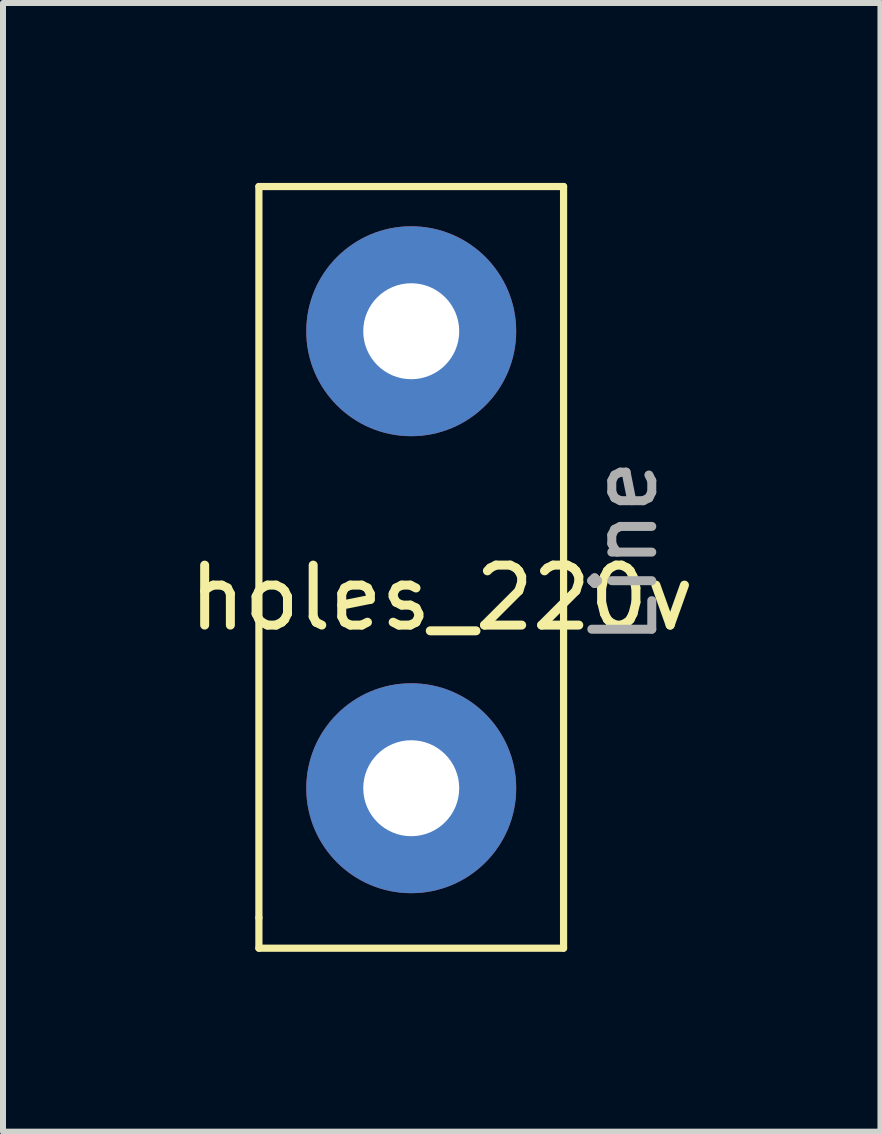
<source format=kicad_pcb>
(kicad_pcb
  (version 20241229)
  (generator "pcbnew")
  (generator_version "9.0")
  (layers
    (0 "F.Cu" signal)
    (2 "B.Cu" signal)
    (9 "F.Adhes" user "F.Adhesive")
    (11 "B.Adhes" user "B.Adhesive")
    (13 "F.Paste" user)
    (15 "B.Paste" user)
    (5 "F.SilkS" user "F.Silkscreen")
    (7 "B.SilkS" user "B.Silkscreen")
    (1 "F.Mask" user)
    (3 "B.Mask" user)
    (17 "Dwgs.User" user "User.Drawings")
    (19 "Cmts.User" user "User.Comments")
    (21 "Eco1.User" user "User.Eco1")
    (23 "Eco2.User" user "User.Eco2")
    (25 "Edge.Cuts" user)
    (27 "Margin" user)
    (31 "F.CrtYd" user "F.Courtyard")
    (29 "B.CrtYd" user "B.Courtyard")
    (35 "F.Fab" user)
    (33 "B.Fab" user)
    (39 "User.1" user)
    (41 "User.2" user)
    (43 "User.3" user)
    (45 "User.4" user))
  (footprint "holes_220v"
    (layer "F.Cu")
    (at 3.807 6.156)
    (property "Reference" "holes_220v" (at 0.508 0.762 0) (layer "F.SilkS") (effects (font (size 1 1) (thickness 0.15))))
    (attr through_hole)
    (fp_line (start -2.54 -6.096) (end -2.54 6.096) (stroke (width 0.12) (type solid)) (layer "F.SilkS"))
    (fp_line (start -2.54 6.096) (end -2.54 6.604) (stroke (width 0.12) (type solid)) (layer "F.SilkS"))
    (fp_line (start -2.54 6.604) (end 2.54 6.604) (stroke (width 0.12) (type solid)) (layer "F.SilkS"))
    (fp_line (start 2.54 -6.096) (end -2.54 -6.096) (stroke (width 0.12) (type solid)) (layer "F.SilkS"))
    (fp_line (start 2.54 6.604) (end 2.54 -6.096) (stroke (width 0.12) (type solid)) (layer "F.SilkS"))
    (fp_text user "Line" (at 3.556 0 270) (layer "F.Fab") (effects (font (size 1 1) (thickness 0.15))))
    (pad "1" thru_hole oval (at 0 -3.683) (size 3.5 3.5) (drill 1.6) (layers "*.Cu" "*.Mask"))
    (pad "2" thru_hole oval (at 0 3.937) (size 3.5 3.5) (drill 1.6) (layers "*.Cu" "*.Mask")))
  (gr_rect
    (start -3 -3)
    (end 11.631 15.82)
    (stroke (width 0.1) (type default))
    (fill no)
    (layer "Edge.Cuts")))
</source>
